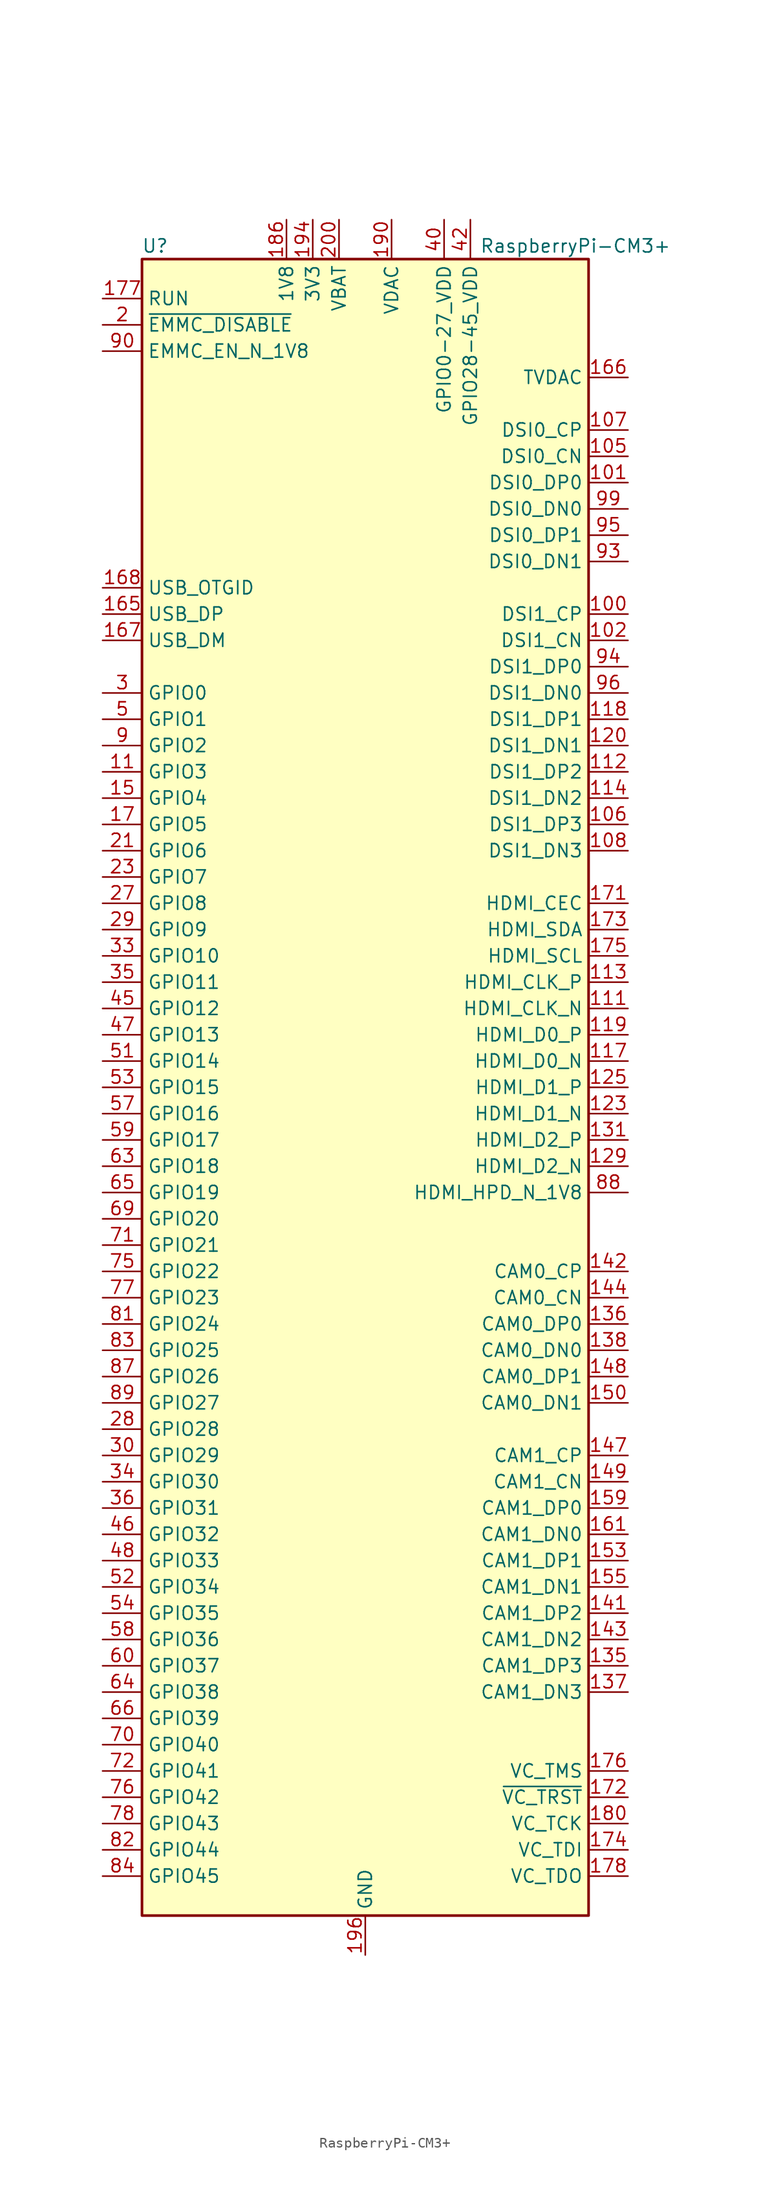
<source format=kicad_sym>
(kicad_symbol_lib
  (version 20231120)
  (generator "kicad_symbol_editor")
  (generator_version "8.0")
  (symbol "RaspberryPi-CM3+"
    (property "Reference" "U"
      (at -20.32 81.28 0)
      (effects (font (size 1.27 1.27))))
    (property "Value" "RaspberryPi-CM3+"
      (at 20.32 81.28 0)
      (effects (font (size 1.27 1.27))))
    (symbol "RaspberryPi-CM3+_0_1"
      (rectangle (start -21.59 80.01) (end 21.59 -80.01) (stroke (width 0.254) (type default)) (fill (type background))))
    (symbol "RaspberryPi-CM3+_1_1"
      (pin passive line (at 0 -83.82 90) (length 3.81) hide (name "GND" (effects (font (size 1.27 1.27)))) (number "1" (effects (font (size 1.27 1.27)))))
      (pin no_connect line (at -20.32 66.04 0) (length 2.54) hide (name "NC" (effects (font (size 1.27 1.27)))) (number "10" (effects (font (size 1.27 1.27)))))
      (pin output line (at 25.4 45.72 180) (length 3.81) (name "DSI1_CP" (effects (font (size 1.27 1.27)))) (number "100" (effects (font (size 1.27 1.27)))))
      (pin output line (at 25.4 58.42 180) (length 3.81) (name "DSI0_DP0" (effects (font (size 1.27 1.27)))) (number "101" (effects (font (size 1.27 1.27)))))
      (pin output line (at 25.4 43.18 180) (length 3.81) (name "DSI1_CN" (effects (font (size 1.27 1.27)))) (number "102" (effects (font (size 1.27 1.27)))))
      (pin passive line (at 0 -83.82 90) (length 3.81) hide (name "GND" (effects (font (size 1.27 1.27)))) (number "103" (effects (font (size 1.27 1.27)))))
      (pin passive line (at 0 -83.82 90) (length 3.81) hide (name "GND" (effects (font (size 1.27 1.27)))) (number "104" (effects (font (size 1.27 1.27)))))
      (pin output line (at 25.4 60.96 180) (length 3.81) (name "DSI0_CN" (effects (font (size 1.27 1.27)))) (number "105" (effects (font (size 1.27 1.27)))))
      (pin output line (at 25.4 25.4 180) (length 3.81) (name "DSI1_DP3" (effects (font (size 1.27 1.27)))) (number "106" (effects (font (size 1.27 1.27)))))
      (pin output line (at 25.4 63.5 180) (length 3.81) (name "DSI0_CP" (effects (font (size 1.27 1.27)))) (number "107" (effects (font (size 1.27 1.27)))))
      (pin output line (at 25.4 22.86 180) (length 3.81) (name "DSI1_DN3" (effects (font (size 1.27 1.27)))) (number "108" (effects (font (size 1.27 1.27)))))
      (pin passive line (at 0 -83.82 90) (length 3.81) hide (name "GND" (effects (font (size 1.27 1.27)))) (number "109" (effects (font (size 1.27 1.27)))))
      (pin bidirectional line (at -25.4 30.48 0) (length 3.81) (name "GPIO3" (effects (font (size 1.27 1.27)))) (number "11" (effects (font (size 1.27 1.27)))))
      (pin passive line (at 0 -83.82 90) (length 3.81) hide (name "GND" (effects (font (size 1.27 1.27)))) (number "110" (effects (font (size 1.27 1.27)))))
      (pin output line (at 25.4 7.62 180) (length 3.81) (name "HDMI_CLK_N" (effects (font (size 1.27 1.27)))) (number "111" (effects (font (size 1.27 1.27)))))
      (pin output line (at 25.4 30.48 180) (length 3.81) (name "DSI1_DP2" (effects (font (size 1.27 1.27)))) (number "112" (effects (font (size 1.27 1.27)))))
      (pin output line (at 25.4 10.16 180) (length 3.81) (name "HDMI_CLK_P" (effects (font (size 1.27 1.27)))) (number "113" (effects (font (size 1.27 1.27)))))
      (pin output line (at 25.4 27.94 180) (length 3.81) (name "DSI1_DN2" (effects (font (size 1.27 1.27)))) (number "114" (effects (font (size 1.27 1.27)))))
      (pin passive line (at 0 -83.82 90) (length 3.81) hide (name "GND" (effects (font (size 1.27 1.27)))) (number "115" (effects (font (size 1.27 1.27)))))
      (pin passive line (at 0 -83.82 90) (length 3.81) hide (name "GND" (effects (font (size 1.27 1.27)))) (number "116" (effects (font (size 1.27 1.27)))))
      (pin output line (at 25.4 2.54 180) (length 3.81) (name "HDMI_D0_N" (effects (font (size 1.27 1.27)))) (number "117" (effects (font (size 1.27 1.27)))))
      (pin output line (at 25.4 35.56 180) (length 3.81) (name "DSI1_DP1" (effects (font (size 1.27 1.27)))) (number "118" (effects (font (size 1.27 1.27)))))
      (pin output line (at 25.4 5.08 180) (length 3.81) (name "HDMI_D0_P" (effects (font (size 1.27 1.27)))) (number "119" (effects (font (size 1.27 1.27)))))
      (pin no_connect line (at -20.32 63.5 0) (length 2.54) hide (name "NC" (effects (font (size 1.27 1.27)))) (number "12" (effects (font (size 1.27 1.27)))))
      (pin output line (at 25.4 33.02 180) (length 3.81) (name "DSI1_DN1" (effects (font (size 1.27 1.27)))) (number "120" (effects (font (size 1.27 1.27)))))
      (pin passive line (at 0 -83.82 90) (length 3.81) hide (name "GND" (effects (font (size 1.27 1.27)))) (number "121" (effects (font (size 1.27 1.27)))))
      (pin passive line (at 0 -83.82 90) (length 3.81) hide (name "GND" (effects (font (size 1.27 1.27)))) (number "122" (effects (font (size 1.27 1.27)))))
      (pin output line (at 25.4 -2.54 180) (length 3.81) (name "HDMI_D1_N" (effects (font (size 1.27 1.27)))) (number "123" (effects (font (size 1.27 1.27)))))
      (pin no_connect line (at 20.32 76.2 180) (length 2.54) hide (name "NC" (effects (font (size 1.27 1.27)))) (number "124" (effects (font (size 1.27 1.27)))))
      (pin output line (at 25.4 0 180) (length 3.81) (name "HDMI_D1_P" (effects (font (size 1.27 1.27)))) (number "125" (effects (font (size 1.27 1.27)))))
      (pin no_connect line (at 20.32 73.66 180) (length 2.54) hide (name "NC" (effects (font (size 1.27 1.27)))) (number "126" (effects (font (size 1.27 1.27)))))
      (pin passive line (at 0 -83.82 90) (length 3.81) hide (name "GND" (effects (font (size 1.27 1.27)))) (number "127" (effects (font (size 1.27 1.27)))))
      (pin no_connect line (at 20.32 71.12 180) (length 2.54) hide (name "NC" (effects (font (size 1.27 1.27)))) (number "128" (effects (font (size 1.27 1.27)))))
      (pin output line (at 25.4 -7.62 180) (length 3.81) (name "HDMI_D2_N" (effects (font (size 1.27 1.27)))) (number "129" (effects (font (size 1.27 1.27)))))
      (pin passive line (at 0 -83.82 90) (length 3.81) hide (name "GND" (effects (font (size 1.27 1.27)))) (number "13" (effects (font (size 1.27 1.27)))))
      (pin no_connect line (at 20.32 66.04 180) (length 2.54) hide (name "NC" (effects (font (size 1.27 1.27)))) (number "130" (effects (font (size 1.27 1.27)))))
      (pin output line (at 25.4 -5.08 180) (length 3.81) (name "HDMI_D2_P" (effects (font (size 1.27 1.27)))) (number "131" (effects (font (size 1.27 1.27)))))
      (pin no_connect line (at 20.32 48.26 180) (length 2.54) hide (name "NC" (effects (font (size 1.27 1.27)))) (number "132" (effects (font (size 1.27 1.27)))))
      (pin passive line (at 0 -83.82 90) (length 3.81) hide (name "GND" (effects (font (size 1.27 1.27)))) (number "133" (effects (font (size 1.27 1.27)))))
      (pin passive line (at 0 -83.82 90) (length 3.81) hide (name "GND" (effects (font (size 1.27 1.27)))) (number "134" (effects (font (size 1.27 1.27)))))
      (pin input line (at 25.4 -55.88 180) (length 3.81) (name "CAM1_DP3" (effects (font (size 1.27 1.27)))) (number "135" (effects (font (size 1.27 1.27)))))
      (pin input line (at 25.4 -22.86 180) (length 3.81) (name "CAM0_DP0" (effects (font (size 1.27 1.27)))) (number "136" (effects (font (size 1.27 1.27)))))
      (pin input line (at 25.4 -58.42 180) (length 3.81) (name "CAM1_DN3" (effects (font (size 1.27 1.27)))) (number "137" (effects (font (size 1.27 1.27)))))
      (pin input line (at 25.4 -25.4 180) (length 3.81) (name "CAM0_DN0" (effects (font (size 1.27 1.27)))) (number "138" (effects (font (size 1.27 1.27)))))
      (pin passive line (at 0 -83.82 90) (length 3.81) hide (name "GND" (effects (font (size 1.27 1.27)))) (number "139" (effects (font (size 1.27 1.27)))))
      (pin passive line (at 0 -83.82 90) (length 3.81) hide (name "GND" (effects (font (size 1.27 1.27)))) (number "14" (effects (font (size 1.27 1.27)))))
      (pin passive line (at 0 -83.82 90) (length 3.81) hide (name "GND" (effects (font (size 1.27 1.27)))) (number "140" (effects (font (size 1.27 1.27)))))
      (pin input line (at 25.4 -50.8 180) (length 3.81) (name "CAM1_DP2" (effects (font (size 1.27 1.27)))) (number "141" (effects (font (size 1.27 1.27)))))
      (pin input line (at 25.4 -17.78 180) (length 3.81) (name "CAM0_CP" (effects (font (size 1.27 1.27)))) (number "142" (effects (font (size 1.27 1.27)))))
      (pin input line (at 25.4 -53.34 180) (length 3.81) (name "CAM1_DN2" (effects (font (size 1.27 1.27)))) (number "143" (effects (font (size 1.27 1.27)))))
      (pin input line (at 25.4 -20.32 180) (length 3.81) (name "CAM0_CN" (effects (font (size 1.27 1.27)))) (number "144" (effects (font (size 1.27 1.27)))))
      (pin passive line (at 0 -83.82 90) (length 3.81) hide (name "GND" (effects (font (size 1.27 1.27)))) (number "145" (effects (font (size 1.27 1.27)))))
      (pin passive line (at 0 -83.82 90) (length 3.81) hide (name "GND" (effects (font (size 1.27 1.27)))) (number "146" (effects (font (size 1.27 1.27)))))
      (pin input line (at 25.4 -35.56 180) (length 3.81) (name "CAM1_CP" (effects (font (size 1.27 1.27)))) (number "147" (effects (font (size 1.27 1.27)))))
      (pin input line (at 25.4 -27.94 180) (length 3.81) (name "CAM0_DP1" (effects (font (size 1.27 1.27)))) (number "148" (effects (font (size 1.27 1.27)))))
      (pin input line (at 25.4 -38.1 180) (length 3.81) (name "CAM1_CN" (effects (font (size 1.27 1.27)))) (number "149" (effects (font (size 1.27 1.27)))))
      (pin bidirectional line (at -25.4 27.94 0) (length 3.81) (name "GPIO4" (effects (font (size 1.27 1.27)))) (number "15" (effects (font (size 1.27 1.27)))))
      (pin input line (at 25.4 -30.48 180) (length 3.81) (name "CAM0_DN1" (effects (font (size 1.27 1.27)))) (number "150" (effects (font (size 1.27 1.27)))))
      (pin passive line (at 0 -83.82 90) (length 3.81) hide (name "GND" (effects (font (size 1.27 1.27)))) (number "151" (effects (font (size 1.27 1.27)))))
      (pin passive line (at 0 -83.82 90) (length 3.81) hide (name "GND" (effects (font (size 1.27 1.27)))) (number "152" (effects (font (size 1.27 1.27)))))
      (pin input line (at 25.4 -45.72 180) (length 3.81) (name "CAM1_DP1" (effects (font (size 1.27 1.27)))) (number "153" (effects (font (size 1.27 1.27)))))
      (pin no_connect line (at 20.32 -15.24 180) (length 2.54) hide (name "NC" (effects (font (size 1.27 1.27)))) (number "154" (effects (font (size 1.27 1.27)))))
      (pin input line (at 25.4 -48.26 180) (length 3.81) (name "CAM1_DN1" (effects (font (size 1.27 1.27)))) (number "155" (effects (font (size 1.27 1.27)))))
      (pin no_connect line (at 20.32 -12.7 180) (length 2.54) hide (name "NC" (effects (font (size 1.27 1.27)))) (number "156" (effects (font (size 1.27 1.27)))))
      (pin passive line (at 0 -83.82 90) (length 3.81) hide (name "GND" (effects (font (size 1.27 1.27)))) (number "157" (effects (font (size 1.27 1.27)))))
      (pin no_connect line (at 20.32 20.32 180) (length 2.54) hide (name "NC" (effects (font (size 1.27 1.27)))) (number "158" (effects (font (size 1.27 1.27)))))
      (pin input line (at 25.4 -40.64 180) (length 3.81) (name "CAM1_DP0" (effects (font (size 1.27 1.27)))) (number "159" (effects (font (size 1.27 1.27)))))
      (pin no_connect line (at -20.32 60.96 0) (length 2.54) hide (name "NC" (effects (font (size 1.27 1.27)))) (number "16" (effects (font (size 1.27 1.27)))))
      (pin no_connect line (at 20.32 -60.96 180) (length 2.54) hide (name "NC" (effects (font (size 1.27 1.27)))) (number "160" (effects (font (size 1.27 1.27)))))
      (pin input line (at 25.4 -43.18 180) (length 3.81) (name "CAM1_DN0" (effects (font (size 1.27 1.27)))) (number "161" (effects (font (size 1.27 1.27)))))
      (pin no_connect line (at 20.32 -63.5 180) (length 2.54) hide (name "NC" (effects (font (size 1.27 1.27)))) (number "162" (effects (font (size 1.27 1.27)))))
      (pin passive line (at 0 -83.82 90) (length 3.81) hide (name "GND" (effects (font (size 1.27 1.27)))) (number "163" (effects (font (size 1.27 1.27)))))
      (pin passive line (at 0 -83.82 90) (length 3.81) hide (name "GND" (effects (font (size 1.27 1.27)))) (number "164" (effects (font (size 1.27 1.27)))))
      (pin bidirectional line (at -25.4 45.72 0) (length 3.81) (name "USB_DP" (effects (font (size 1.27 1.27)))) (number "165" (effects (font (size 1.27 1.27)))))
      (pin output line (at 25.4 68.58 180) (length 3.81) (name "TVDAC" (effects (font (size 1.27 1.27)))) (number "166" (effects (font (size 1.27 1.27)))))
      (pin bidirectional line (at -25.4 43.18 0) (length 3.81) (name "USB_DM" (effects (font (size 1.27 1.27)))) (number "167" (effects (font (size 1.27 1.27)))))
      (pin passive line (at -25.4 48.26 0) (length 3.81) (name "USB_OTGID" (effects (font (size 1.27 1.27)))) (number "168" (effects (font (size 1.27 1.27)))))
      (pin passive line (at 0 -83.82 90) (length 3.81) hide (name "GND" (effects (font (size 1.27 1.27)))) (number "169" (effects (font (size 1.27 1.27)))))
      (pin bidirectional line (at -25.4 25.4 0) (length 3.81) (name "GPIO5" (effects (font (size 1.27 1.27)))) (number "17" (effects (font (size 1.27 1.27)))))
      (pin passive line (at 0 -83.82 90) (length 3.81) hide (name "GND" (effects (font (size 1.27 1.27)))) (number "170" (effects (font (size 1.27 1.27)))))
      (pin bidirectional line (at 25.4 17.78 180) (length 3.81) (name "HDMI_CEC" (effects (font (size 1.27 1.27)))) (number "171" (effects (font (size 1.27 1.27)))))
      (pin input line (at 25.4 -68.58 180) (length 3.81) (name "~{VC_TRST}" (effects (font (size 1.27 1.27)))) (number "172" (effects (font (size 1.27 1.27)))))
      (pin bidirectional line (at 25.4 15.24 180) (length 3.81) (name "HDMI_SDA" (effects (font (size 1.27 1.27)))) (number "173" (effects (font (size 1.27 1.27)))))
      (pin input line (at 25.4 -73.66 180) (length 3.81) (name "VC_TDI" (effects (font (size 1.27 1.27)))) (number "174" (effects (font (size 1.27 1.27)))))
      (pin bidirectional line (at 25.4 12.7 180) (length 3.81) (name "HDMI_SCL" (effects (font (size 1.27 1.27)))) (number "175" (effects (font (size 1.27 1.27)))))
      (pin input line (at 25.4 -66.04 180) (length 3.81) (name "VC_TMS" (effects (font (size 1.27 1.27)))) (number "176" (effects (font (size 1.27 1.27)))))
      (pin input line (at -25.4 76.2 0) (length 3.81) (name "RUN" (effects (font (size 1.27 1.27)))) (number "177" (effects (font (size 1.27 1.27)))))
      (pin output line (at 25.4 -76.2 180) (length 3.81) (name "VC_TDO" (effects (font (size 1.27 1.27)))) (number "178" (effects (font (size 1.27 1.27)))))
      (pin no_connect line (at 0 78.74 270) (length 2.54) hide (name "VDD_CORE_(DO_NOT_CONNECT)" (effects (font (size 1.27 1.27)))) (number "179" (effects (font (size 1.27 1.27)))))
      (pin no_connect line (at -20.32 58.42 0) (length 2.54) hide (name "NC" (effects (font (size 1.27 1.27)))) (number "18" (effects (font (size 1.27 1.27)))))
      (pin input line (at 25.4 -71.12 180) (length 3.81) (name "VC_TCK" (effects (font (size 1.27 1.27)))) (number "180" (effects (font (size 1.27 1.27)))))
      (pin passive line (at 0 -83.82 90) (length 3.81) hide (name "GND" (effects (font (size 1.27 1.27)))) (number "181" (effects (font (size 1.27 1.27)))))
      (pin passive line (at 0 -83.82 90) (length 3.81) hide (name "GND" (effects (font (size 1.27 1.27)))) (number "182" (effects (font (size 1.27 1.27)))))
      (pin passive line (at -7.62 83.82 270) (length 3.81) hide (name "1V8" (effects (font (size 1.27 1.27)))) (number "183" (effects (font (size 1.27 1.27)))))
      (pin passive line (at -7.62 83.82 270) (length 3.81) hide (name "1V8" (effects (font (size 1.27 1.27)))) (number "184" (effects (font (size 1.27 1.27)))))
      (pin passive line (at -7.62 83.82 270) (length 3.81) hide (name "1V8" (effects (font (size 1.27 1.27)))) (number "185" (effects (font (size 1.27 1.27)))))
      (pin power_in line (at -7.62 83.82 270) (length 3.81) (name "1V8" (effects (font (size 1.27 1.27)))) (number "186" (effects (font (size 1.27 1.27)))))
      (pin passive line (at 0 -83.82 90) (length 3.81) hide (name "GND" (effects (font (size 1.27 1.27)))) (number "187" (effects (font (size 1.27 1.27)))))
      (pin passive line (at 0 -83.82 90) (length 3.81) hide (name "GND" (effects (font (size 1.27 1.27)))) (number "188" (effects (font (size 1.27 1.27)))))
      (pin passive line (at 2.54 83.82 270) (length 3.81) hide (name "VDAC" (effects (font (size 1.27 1.27)))) (number "189" (effects (font (size 1.27 1.27)))))
      (pin passive line (at 0 -83.82 90) (length 3.81) hide (name "GND" (effects (font (size 1.27 1.27)))) (number "19" (effects (font (size 1.27 1.27)))))
      (pin power_in line (at 2.54 83.82 270) (length 3.81) (name "VDAC" (effects (font (size 1.27 1.27)))) (number "190" (effects (font (size 1.27 1.27)))))
      (pin passive line (at -5.08 83.82 270) (length 3.81) hide (name "3V3" (effects (font (size 1.27 1.27)))) (number "191" (effects (font (size 1.27 1.27)))))
      (pin passive line (at -5.08 83.82 270) (length 3.81) hide (name "3V3" (effects (font (size 1.27 1.27)))) (number "192" (effects (font (size 1.27 1.27)))))
      (pin passive line (at -5.08 83.82 270) (length 3.81) hide (name "3V3" (effects (font (size 1.27 1.27)))) (number "193" (effects (font (size 1.27 1.27)))))
      (pin power_in line (at -5.08 83.82 270) (length 3.81) (name "3V3" (effects (font (size 1.27 1.27)))) (number "194" (effects (font (size 1.27 1.27)))))
      (pin passive line (at 0 -83.82 90) (length 3.81) hide (name "GND" (effects (font (size 1.27 1.27)))) (number "195" (effects (font (size 1.27 1.27)))))
      (pin power_out line (at 0 -83.82 90) (length 3.81) (name "GND" (effects (font (size 1.27 1.27)))) (number "196" (effects (font (size 1.27 1.27)))))
      (pin passive line (at -2.54 83.82 270) (length 3.81) hide (name "VBAT" (effects (font (size 1.27 1.27)))) (number "197" (effects (font (size 1.27 1.27)))))
      (pin passive line (at -2.54 83.82 270) (length 3.81) hide (name "VBAT" (effects (font (size 1.27 1.27)))) (number "198" (effects (font (size 1.27 1.27)))))
      (pin passive line (at -2.54 83.82 270) (length 3.81) hide (name "VBAT" (effects (font (size 1.27 1.27)))) (number "199" (effects (font (size 1.27 1.27)))))
      (pin input line (at -25.4 73.66 0) (length 3.81) (name "~{EMMC_DISABLE}" (effects (font (size 1.27 1.27)))) (number "2" (effects (font (size 1.27 1.27)))))
      (pin passive line (at 0 -83.82 90) (length 3.81) hide (name "GND" (effects (font (size 1.27 1.27)))) (number "20" (effects (font (size 1.27 1.27)))))
      (pin power_in line (at -2.54 83.82 270) (length 3.81) (name "VBAT" (effects (font (size 1.27 1.27)))) (number "200" (effects (font (size 1.27 1.27)))))
      (pin bidirectional line (at -25.4 22.86 0) (length 3.81) (name "GPIO6" (effects (font (size 1.27 1.27)))) (number "21" (effects (font (size 1.27 1.27)))))
      (pin no_connect line (at -20.32 55.88 0) (length 2.54) hide (name "NC" (effects (font (size 1.27 1.27)))) (number "22" (effects (font (size 1.27 1.27)))))
      (pin bidirectional line (at -25.4 20.32 0) (length 3.81) (name "GPIO7" (effects (font (size 1.27 1.27)))) (number "23" (effects (font (size 1.27 1.27)))))
      (pin no_connect line (at -20.32 53.34 0) (length 2.54) hide (name "NC" (effects (font (size 1.27 1.27)))) (number "24" (effects (font (size 1.27 1.27)))))
      (pin passive line (at 0 -83.82 90) (length 3.81) hide (name "GND" (effects (font (size 1.27 1.27)))) (number "25" (effects (font (size 1.27 1.27)))))
      (pin passive line (at 0 -83.82 90) (length 3.81) hide (name "GND" (effects (font (size 1.27 1.27)))) (number "26" (effects (font (size 1.27 1.27)))))
      (pin bidirectional line (at -25.4 17.78 0) (length 3.81) (name "GPIO8" (effects (font (size 1.27 1.27)))) (number "27" (effects (font (size 1.27 1.27)))))
      (pin bidirectional line (at -25.4 -33.02 0) (length 3.81) (name "GPIO28" (effects (font (size 1.27 1.27)))) (number "28" (effects (font (size 1.27 1.27)))))
      (pin bidirectional line (at -25.4 15.24 0) (length 3.81) (name "GPIO9" (effects (font (size 1.27 1.27)))) (number "29" (effects (font (size 1.27 1.27)))))
      (pin bidirectional line (at -25.4 38.1 0) (length 3.81) (name "GPIO0" (effects (font (size 1.27 1.27)))) (number "3" (effects (font (size 1.27 1.27)))))
      (pin bidirectional line (at -25.4 -35.56 0) (length 3.81) (name "GPIO29" (effects (font (size 1.27 1.27)))) (number "30" (effects (font (size 1.27 1.27)))))
      (pin passive line (at 0 -83.82 90) (length 3.81) hide (name "GND" (effects (font (size 1.27 1.27)))) (number "31" (effects (font (size 1.27 1.27)))))
      (pin passive line (at 0 -83.82 90) (length 3.81) hide (name "GND" (effects (font (size 1.27 1.27)))) (number "32" (effects (font (size 1.27 1.27)))))
      (pin bidirectional line (at -25.4 12.7 0) (length 3.81) (name "GPIO10" (effects (font (size 1.27 1.27)))) (number "33" (effects (font (size 1.27 1.27)))))
      (pin bidirectional line (at -25.4 -38.1 0) (length 3.81) (name "GPIO30" (effects (font (size 1.27 1.27)))) (number "34" (effects (font (size 1.27 1.27)))))
      (pin bidirectional line (at -25.4 10.16 0) (length 3.81) (name "GPIO11" (effects (font (size 1.27 1.27)))) (number "35" (effects (font (size 1.27 1.27)))))
      (pin bidirectional line (at -25.4 -40.64 0) (length 3.81) (name "GPIO31" (effects (font (size 1.27 1.27)))) (number "36" (effects (font (size 1.27 1.27)))))
      (pin passive line (at 0 -83.82 90) (length 3.81) hide (name "GND" (effects (font (size 1.27 1.27)))) (number "37" (effects (font (size 1.27 1.27)))))
      (pin passive line (at 0 -83.82 90) (length 3.81) hide (name "GND" (effects (font (size 1.27 1.27)))) (number "38" (effects (font (size 1.27 1.27)))))
      (pin passive line (at 7.62 83.82 270) (length 3.81) hide (name "GPIO0-27_VDD" (effects (font (size 1.27 1.27)))) (number "39" (effects (font (size 1.27 1.27)))))
      (pin no_connect line (at 5.08 78.74 270) (length 2.54) hide (name "NC" (effects (font (size 1.27 1.27)))) (number "4" (effects (font (size 1.27 1.27)))))
      (pin power_in line (at 7.62 83.82 270) (length 3.81) (name "GPIO0-27_VDD" (effects (font (size 1.27 1.27)))) (number "40" (effects (font (size 1.27 1.27)))))
      (pin passive line (at 10.16 83.82 270) (length 3.81) hide (name "GPIO28-45_VDD" (effects (font (size 1.27 1.27)))) (number "41" (effects (font (size 1.27 1.27)))))
      (pin power_in line (at 10.16 83.82 270) (length 3.81) (name "GPIO28-45_VDD" (effects (font (size 1.27 1.27)))) (number "42" (effects (font (size 1.27 1.27)))))
      (pin passive line (at 0 -83.82 90) (length 3.81) hide (name "GND" (effects (font (size 1.27 1.27)))) (number "43" (effects (font (size 1.27 1.27)))))
      (pin passive line (at 0 -83.82 90) (length 3.81) hide (name "GND" (effects (font (size 1.27 1.27)))) (number "44" (effects (font (size 1.27 1.27)))))
      (pin bidirectional line (at -25.4 7.62 0) (length 3.81) (name "GPIO12" (effects (font (size 1.27 1.27)))) (number "45" (effects (font (size 1.27 1.27)))))
      (pin bidirectional line (at -25.4 -43.18 0) (length 3.81) (name "GPIO32" (effects (font (size 1.27 1.27)))) (number "46" (effects (font (size 1.27 1.27)))))
      (pin bidirectional line (at -25.4 5.08 0) (length 3.81) (name "GPIO13" (effects (font (size 1.27 1.27)))) (number "47" (effects (font (size 1.27 1.27)))))
      (pin bidirectional line (at -25.4 -45.72 0) (length 3.81) (name "GPIO33" (effects (font (size 1.27 1.27)))) (number "48" (effects (font (size 1.27 1.27)))))
      (pin passive line (at 0 -83.82 90) (length 3.81) hide (name "GND" (effects (font (size 1.27 1.27)))) (number "49" (effects (font (size 1.27 1.27)))))
      (pin bidirectional line (at -25.4 35.56 0) (length 3.81) (name "GPIO1" (effects (font (size 1.27 1.27)))) (number "5" (effects (font (size 1.27 1.27)))))
      (pin passive line (at 0 -83.82 90) (length 3.81) hide (name "GND" (effects (font (size 1.27 1.27)))) (number "50" (effects (font (size 1.27 1.27)))))
      (pin bidirectional line (at -25.4 2.54 0) (length 3.81) (name "GPIO14" (effects (font (size 1.27 1.27)))) (number "51" (effects (font (size 1.27 1.27)))))
      (pin bidirectional line (at -25.4 -48.26 0) (length 3.81) (name "GPIO34" (effects (font (size 1.27 1.27)))) (number "52" (effects (font (size 1.27 1.27)))))
      (pin bidirectional line (at -25.4 0 0) (length 3.81) (name "GPIO15" (effects (font (size 1.27 1.27)))) (number "53" (effects (font (size 1.27 1.27)))))
      (pin bidirectional line (at -25.4 -50.8 0) (length 3.81) (name "GPIO35" (effects (font (size 1.27 1.27)))) (number "54" (effects (font (size 1.27 1.27)))))
      (pin passive line (at 0 -83.82 90) (length 3.81) hide (name "GND" (effects (font (size 1.27 1.27)))) (number "55" (effects (font (size 1.27 1.27)))))
      (pin passive line (at 0 -83.82 90) (length 3.81) hide (name "GND" (effects (font (size 1.27 1.27)))) (number "56" (effects (font (size 1.27 1.27)))))
      (pin bidirectional line (at -25.4 -2.54 0) (length 3.81) (name "GPIO16" (effects (font (size 1.27 1.27)))) (number "57" (effects (font (size 1.27 1.27)))))
      (pin bidirectional line (at -25.4 -53.34 0) (length 3.81) (name "GPIO36" (effects (font (size 1.27 1.27)))) (number "58" (effects (font (size 1.27 1.27)))))
      (pin bidirectional line (at -25.4 -5.08 0) (length 3.81) (name "GPIO17" (effects (font (size 1.27 1.27)))) (number "59" (effects (font (size 1.27 1.27)))))
      (pin no_connect line (at 12.7 78.74 270) (length 2.54) hide (name "NC" (effects (font (size 1.27 1.27)))) (number "6" (effects (font (size 1.27 1.27)))))
      (pin bidirectional line (at -25.4 -55.88 0) (length 3.81) (name "GPIO37" (effects (font (size 1.27 1.27)))) (number "60" (effects (font (size 1.27 1.27)))))
      (pin passive line (at 0 -83.82 90) (length 3.81) hide (name "GND" (effects (font (size 1.27 1.27)))) (number "61" (effects (font (size 1.27 1.27)))))
      (pin passive line (at 0 -83.82 90) (length 3.81) hide (name "GND" (effects (font (size 1.27 1.27)))) (number "62" (effects (font (size 1.27 1.27)))))
      (pin bidirectional line (at -25.4 -7.62 0) (length 3.81) (name "GPIO18" (effects (font (size 1.27 1.27)))) (number "63" (effects (font (size 1.27 1.27)))))
      (pin bidirectional line (at -25.4 -58.42 0) (length 3.81) (name "GPIO38" (effects (font (size 1.27 1.27)))) (number "64" (effects (font (size 1.27 1.27)))))
      (pin bidirectional line (at -25.4 -10.16 0) (length 3.81) (name "GPIO19" (effects (font (size 1.27 1.27)))) (number "65" (effects (font (size 1.27 1.27)))))
      (pin bidirectional line (at -25.4 -60.96 0) (length 3.81) (name "GPIO39" (effects (font (size 1.27 1.27)))) (number "66" (effects (font (size 1.27 1.27)))))
      (pin passive line (at 0 -83.82 90) (length 3.81) hide (name "GND" (effects (font (size 1.27 1.27)))) (number "67" (effects (font (size 1.27 1.27)))))
      (pin passive line (at 0 -83.82 90) (length 3.81) hide (name "GND" (effects (font (size 1.27 1.27)))) (number "68" (effects (font (size 1.27 1.27)))))
      (pin bidirectional line (at -25.4 -12.7 0) (length 3.81) (name "GPIO20" (effects (font (size 1.27 1.27)))) (number "69" (effects (font (size 1.27 1.27)))))
      (pin passive line (at 0 -83.82 90) (length 3.81) hide (name "GND" (effects (font (size 1.27 1.27)))) (number "7" (effects (font (size 1.27 1.27)))))
      (pin bidirectional line (at -25.4 -63.5 0) (length 3.81) (name "GPIO40" (effects (font (size 1.27 1.27)))) (number "70" (effects (font (size 1.27 1.27)))))
      (pin bidirectional line (at -25.4 -15.24 0) (length 3.81) (name "GPIO21" (effects (font (size 1.27 1.27)))) (number "71" (effects (font (size 1.27 1.27)))))
      (pin bidirectional line (at -25.4 -66.04 0) (length 3.81) (name "GPIO41" (effects (font (size 1.27 1.27)))) (number "72" (effects (font (size 1.27 1.27)))))
      (pin passive line (at 0 -83.82 90) (length 3.81) hide (name "GND" (effects (font (size 1.27 1.27)))) (number "73" (effects (font (size 1.27 1.27)))))
      (pin passive line (at 0 -83.82 90) (length 3.81) hide (name "GND" (effects (font (size 1.27 1.27)))) (number "74" (effects (font (size 1.27 1.27)))))
      (pin bidirectional line (at -25.4 -17.78 0) (length 3.81) (name "GPIO22" (effects (font (size 1.27 1.27)))) (number "75" (effects (font (size 1.27 1.27)))))
      (pin bidirectional line (at -25.4 -68.58 0) (length 3.81) (name "GPIO42" (effects (font (size 1.27 1.27)))) (number "76" (effects (font (size 1.27 1.27)))))
      (pin bidirectional line (at -25.4 -20.32 0) (length 3.81) (name "GPIO23" (effects (font (size 1.27 1.27)))) (number "77" (effects (font (size 1.27 1.27)))))
      (pin bidirectional line (at -25.4 -71.12 0) (length 3.81) (name "GPIO43" (effects (font (size 1.27 1.27)))) (number "78" (effects (font (size 1.27 1.27)))))
      (pin passive line (at 0 -83.82 90) (length 3.81) hide (name "GND" (effects (font (size 1.27 1.27)))) (number "79" (effects (font (size 1.27 1.27)))))
      (pin passive line (at 0 -83.82 90) (length 3.81) hide (name "GND" (effects (font (size 1.27 1.27)))) (number "8" (effects (font (size 1.27 1.27)))))
      (pin passive line (at 0 -83.82 90) (length 3.81) hide (name "GND" (effects (font (size 1.27 1.27)))) (number "80" (effects (font (size 1.27 1.27)))))
      (pin bidirectional line (at -25.4 -22.86 0) (length 3.81) (name "GPIO24" (effects (font (size 1.27 1.27)))) (number "81" (effects (font (size 1.27 1.27)))))
      (pin bidirectional line (at -25.4 -73.66 0) (length 3.81) (name "GPIO44" (effects (font (size 1.27 1.27)))) (number "82" (effects (font (size 1.27 1.27)))))
      (pin bidirectional line (at -25.4 -25.4 0) (length 3.81) (name "GPIO25" (effects (font (size 1.27 1.27)))) (number "83" (effects (font (size 1.27 1.27)))))
      (pin bidirectional line (at -25.4 -76.2 0) (length 3.81) (name "GPIO45" (effects (font (size 1.27 1.27)))) (number "84" (effects (font (size 1.27 1.27)))))
      (pin passive line (at 0 -83.82 90) (length 3.81) hide (name "GND" (effects (font (size 1.27 1.27)))) (number "85" (effects (font (size 1.27 1.27)))))
      (pin passive line (at 0 -83.82 90) (length 3.81) hide (name "GND" (effects (font (size 1.27 1.27)))) (number "86" (effects (font (size 1.27 1.27)))))
      (pin bidirectional line (at -25.4 -27.94 0) (length 3.81) (name "GPIO26" (effects (font (size 1.27 1.27)))) (number "87" (effects (font (size 1.27 1.27)))))
      (pin input line (at 25.4 -10.16 180) (length 3.81) (name "HDMI_HPD_N_1V8" (effects (font (size 1.27 1.27)))) (number "88" (effects (font (size 1.27 1.27)))))
      (pin bidirectional line (at -25.4 -30.48 0) (length 3.81) (name "GPIO27" (effects (font (size 1.27 1.27)))) (number "89" (effects (font (size 1.27 1.27)))))
      (pin bidirectional line (at -25.4 33.02 0) (length 3.81) (name "GPIO2" (effects (font (size 1.27 1.27)))) (number "9" (effects (font (size 1.27 1.27)))))
      (pin output line (at -25.4 71.12 0) (length 3.81) (name "EMMC_EN_N_1V8" (effects (font (size 1.27 1.27)))) (number "90" (effects (font (size 1.27 1.27)))))
      (pin passive line (at 0 -83.82 90) (length 3.81) hide (name "GND" (effects (font (size 1.27 1.27)))) (number "91" (effects (font (size 1.27 1.27)))))
      (pin passive line (at 0 -83.82 90) (length 3.81) hide (name "GND" (effects (font (size 1.27 1.27)))) (number "92" (effects (font (size 1.27 1.27)))))
      (pin output line (at 25.4 50.8 180) (length 3.81) (name "DSI0_DN1" (effects (font (size 1.27 1.27)))) (number "93" (effects (font (size 1.27 1.27)))))
      (pin output line (at 25.4 40.64 180) (length 3.81) (name "DSI1_DP0" (effects (font (size 1.27 1.27)))) (number "94" (effects (font (size 1.27 1.27)))))
      (pin output line (at 25.4 53.34 180) (length 3.81) (name "DSI0_DP1" (effects (font (size 1.27 1.27)))) (number "95" (effects (font (size 1.27 1.27)))))
      (pin output line (at 25.4 38.1 180) (length 3.81) (name "DSI1_DN0" (effects (font (size 1.27 1.27)))) (number "96" (effects (font (size 1.27 1.27)))))
      (pin passive line (at 0 -83.82 90) (length 3.81) hide (name "GND" (effects (font (size 1.27 1.27)))) (number "97" (effects (font (size 1.27 1.27)))))
      (pin passive line (at 0 -83.82 90) (length 3.81) hide (name "GND" (effects (font (size 1.27 1.27)))) (number "98" (effects (font (size 1.27 1.27)))))
      (pin output line (at 25.4 55.88 180) (length 3.81) (name "DSI0_DN0" (effects (font (size 1.27 1.27)))) (number "99" (effects (font (size 1.27 1.27))))))))
</source>
